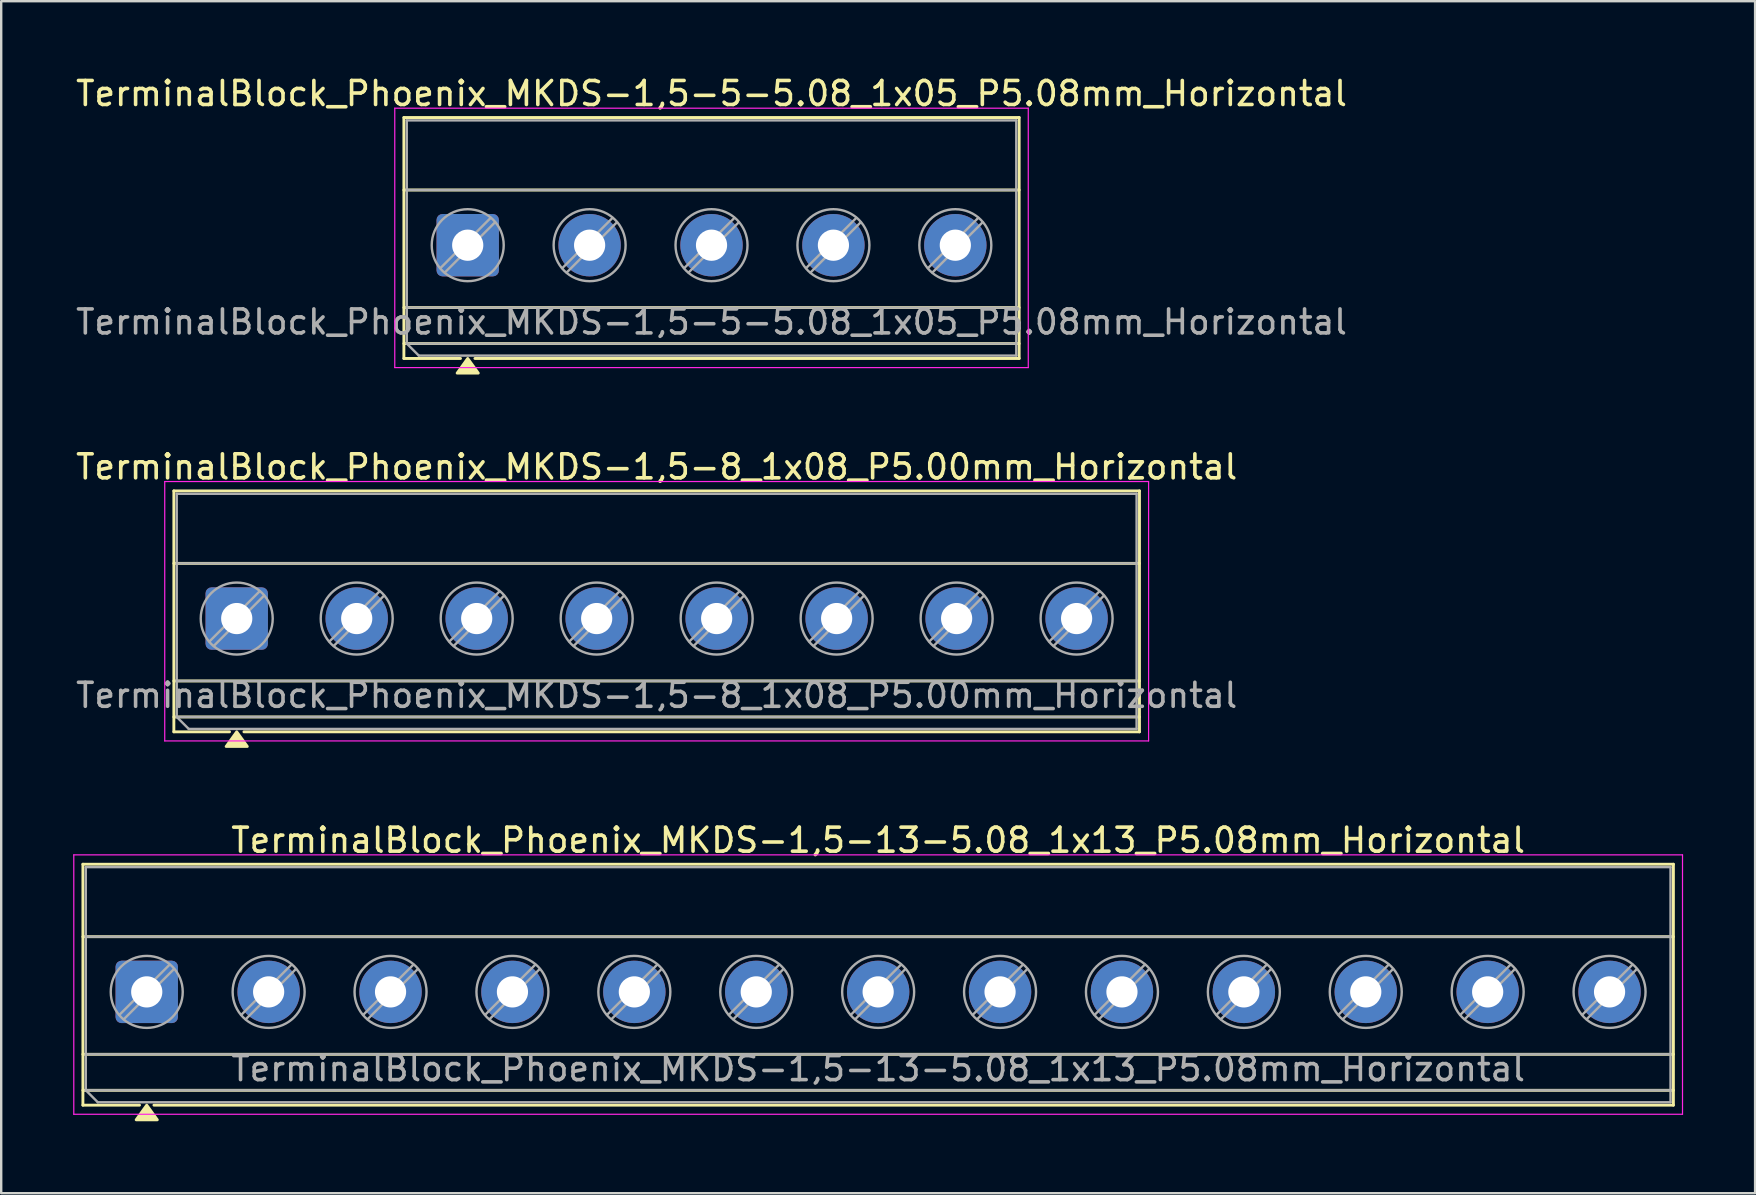
<source format=kicad_pcb>
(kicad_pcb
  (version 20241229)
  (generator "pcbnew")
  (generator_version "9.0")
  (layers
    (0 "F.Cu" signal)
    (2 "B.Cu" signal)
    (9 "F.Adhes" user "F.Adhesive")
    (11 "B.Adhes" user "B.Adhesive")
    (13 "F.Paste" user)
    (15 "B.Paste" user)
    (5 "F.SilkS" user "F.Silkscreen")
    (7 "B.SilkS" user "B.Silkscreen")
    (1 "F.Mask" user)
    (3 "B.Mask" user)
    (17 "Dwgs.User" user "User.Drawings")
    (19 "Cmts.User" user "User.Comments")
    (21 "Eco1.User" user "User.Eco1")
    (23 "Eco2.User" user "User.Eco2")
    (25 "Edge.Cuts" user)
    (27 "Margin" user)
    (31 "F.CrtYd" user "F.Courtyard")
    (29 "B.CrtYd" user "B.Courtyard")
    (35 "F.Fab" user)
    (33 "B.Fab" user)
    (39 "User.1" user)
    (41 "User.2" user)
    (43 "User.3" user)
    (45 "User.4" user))
  (footprint "TerminalBlock_Phoenix_MKDS-1,5-8_1x08_P5.00mm_Horizontal"
    (layer "F.Cu")
    (at 6.815 22.727)
    (property "Reference" "TerminalBlock_Phoenix_MKDS-1,5-8_1x08_P5.00mm_Horizontal" (at 17.5 -6.32 0) (layer "F.SilkS") (effects (font (size 1 1) (thickness 0.15))))
    (attr through_hole)
    (fp_line (start -2.62 -5.32) (end -2.62 4.72) (stroke (width 0.12) (type solid)) (layer "F.SilkS"))
    (fp_line (start -2.62 -5.32) (end 37.62 -5.32) (stroke (width 0.12) (type solid)) (layer "F.SilkS"))
    (fp_line (start -2.62 -2.3) (end 37.62 -2.3) (stroke (width 0.12) (type solid)) (layer "F.SilkS"))
    (fp_line (start -2.62 2.6) (end 37.62 2.6) (stroke (width 0.12) (type solid)) (layer "F.SilkS"))
    (fp_line (start -2.62 4.1) (end 37.62 4.1) (stroke (width 0.12) (type solid)) (layer "F.SilkS"))
    (fp_line (start -2.62 4.72) (end -0.3 4.72) (stroke (width 0.12) (type solid)) (layer "F.SilkS"))
    (fp_line (start 0.3 4.72) (end 37.62 4.72) (stroke (width 0.12) (type solid)) (layer "F.SilkS"))
    (fp_line (start 37.62 -5.32) (end 37.62 4.72) (stroke (width 0.12) (type solid)) (layer "F.SilkS"))
    (fp_poly (pts (xy 0 4.72) (xy 0.44 5.33) (xy -0.44 5.33)) (stroke (width 0.12) (type solid)) (fill yes) (layer "F.SilkS"))
    (fp_line (start -3 -5.71) (end -3 5.1) (stroke (width 0.05) (type solid)) (layer "F.CrtYd"))
    (fp_line (start -3 5.1) (end 38 5.1) (stroke (width 0.05) (type solid)) (layer "F.CrtYd"))
    (fp_line (start 38 -5.71) (end -3 -5.71) (stroke (width 0.05) (type solid)) (layer "F.CrtYd"))
    (fp_line (start 38 5.1) (end 38 -5.71) (stroke (width 0.05) (type solid)) (layer "F.CrtYd"))
    (fp_line (start -2.5 -5.2) (end 37.5 -5.2) (stroke (width 0.1) (type solid)) (layer "F.Fab"))
    (fp_line (start -2.5 -2.3) (end 37.5 -2.3) (stroke (width 0.1) (type solid)) (layer "F.Fab"))
    (fp_line (start -2.5 2.6) (end 37.5 2.6) (stroke (width 0.1) (type solid)) (layer "F.Fab"))
    (fp_line (start -2.5 4.1) (end -2.5 -5.2) (stroke (width 0.1) (type solid)) (layer "F.Fab"))
    (fp_line (start -2.5 4.1) (end 37.5 4.1) (stroke (width 0.1) (type solid)) (layer "F.Fab"))
    (fp_line (start -2 4.6) (end -2.5 4.1) (stroke (width 0.1) (type solid)) (layer "F.Fab"))
    (fp_line (start 0.955 -1.138) (end -1.138 0.955) (stroke (width 0.1) (type solid)) (layer "F.Fab"))
    (fp_line (start 1.138 -0.955) (end -0.955 1.138) (stroke (width 0.1) (type solid)) (layer "F.Fab"))
    (fp_line (start 5.955 -1.138) (end 3.862 0.955) (stroke (width 0.1) (type solid)) (layer "F.Fab"))
    (fp_line (start 6.138 -0.955) (end 4.045 1.138) (stroke (width 0.1) (type solid)) (layer "F.Fab"))
    (fp_line (start 10.955 -1.138) (end 8.862 0.955) (stroke (width 0.1) (type solid)) (layer "F.Fab"))
    (fp_line (start 11.138 -0.955) (end 9.045 1.138) (stroke (width 0.1) (type solid)) (layer "F.Fab"))
    (fp_line (start 15.955 -1.138) (end 13.862 0.955) (stroke (width 0.1) (type solid)) (layer "F.Fab"))
    (fp_line (start 16.138 -0.955) (end 14.045 1.138) (stroke (width 0.1) (type solid)) (layer "F.Fab"))
    (fp_line (start 20.955 -1.138) (end 18.862 0.955) (stroke (width 0.1) (type solid)) (layer "F.Fab"))
    (fp_line (start 21.138 -0.955) (end 19.045 1.138) (stroke (width 0.1) (type solid)) (layer "F.Fab"))
    (fp_line (start 25.955 -1.138) (end 23.862 0.955) (stroke (width 0.1) (type solid)) (layer "F.Fab"))
    (fp_line (start 26.138 -0.955) (end 24.045 1.138) (stroke (width 0.1) (type solid)) (layer "F.Fab"))
    (fp_line (start 30.955 -1.138) (end 28.862 0.955) (stroke (width 0.1) (type solid)) (layer "F.Fab"))
    (fp_line (start 31.138 -0.955) (end 29.045 1.138) (stroke (width 0.1) (type solid)) (layer "F.Fab"))
    (fp_line (start 35.955 -1.138) (end 33.862 0.955) (stroke (width 0.1) (type solid)) (layer "F.Fab"))
    (fp_line (start 36.138 -0.955) (end 34.045 1.138) (stroke (width 0.1) (type solid)) (layer "F.Fab"))
    (fp_line (start 37.5 -5.2) (end 37.5 4.6) (stroke (width 0.1) (type solid)) (layer "F.Fab"))
    (fp_line (start 37.5 4.6) (end -2 4.6) (stroke (width 0.1) (type solid)) (layer "F.Fab"))
    (fp_circle (center 0 0) (end 1.5 0) (stroke (width 0.1) (type solid)) (fill no) (layer "F.Fab"))
    (fp_circle (center 5 0) (end 6.5 0) (stroke (width 0.1) (type solid)) (fill no) (layer "F.Fab"))
    (fp_circle (center 10 0) (end 11.5 0) (stroke (width 0.1) (type solid)) (fill no) (layer "F.Fab"))
    (fp_circle (center 15 0) (end 16.5 0) (stroke (width 0.1) (type solid)) (fill no) (layer "F.Fab"))
    (fp_circle (center 20 0) (end 21.5 0) (stroke (width 0.1) (type solid)) (fill no) (layer "F.Fab"))
    (fp_circle (center 25 0) (end 26.5 0) (stroke (width 0.1) (type solid)) (fill no) (layer "F.Fab"))
    (fp_circle (center 30 0) (end 31.5 0) (stroke (width 0.1) (type solid)) (fill no) (layer "F.Fab"))
    (fp_circle (center 35 0) (end 36.5 0) (stroke (width 0.1) (type solid)) (fill no) (layer "F.Fab"))
    (fp_text user "${REFERENCE}" (at 17.5 3.2 0) (layer "F.Fab") (effects (font (size 1 1) (thickness 0.15))))
    (pad "1" thru_hole roundrect (at 0 0) (size 2.6 2.6) (drill 1.3) (layers "*.Cu" "*.Mask") (roundrect_rratio 0.096))
    (pad "2" thru_hole circle (at 5 0) (size 2.6 2.6) (drill 1.3) (layers "*.Cu" "*.Mask"))
    (pad "3" thru_hole circle (at 10 0) (size 2.6 2.6) (drill 1.3) (layers "*.Cu" "*.Mask"))
    (pad "4" thru_hole circle (at 15 0) (size 2.6 2.6) (drill 1.3) (layers "*.Cu" "*.Mask"))
    (pad "5" thru_hole circle (at 20 0) (size 2.6 2.6) (drill 1.3) (layers "*.Cu" "*.Mask"))
    (pad "6" thru_hole circle (at 25 0) (size 2.6 2.6) (drill 1.3) (layers "*.Cu" "*.Mask"))
    (pad "7" thru_hole circle (at 30 0) (size 2.6 2.6) (drill 1.3) (layers "*.Cu" "*.Mask"))
    (pad "8" thru_hole circle (at 35 0) (size 2.6 2.6) (drill 1.3) (layers "*.Cu" "*.Mask")))
  (footprint "TerminalBlock_Phoenix_MKDS-1,5-13-5.08_1x13_P5.08mm_Horizontal"
    (layer "F.Cu")
    (at 3.065 38.285)
    (property "Reference" "TerminalBlock_Phoenix_MKDS-1,5-13-5.08_1x13_P5.08mm_Horizontal" (at 30.48 -6.32 0) (layer "F.SilkS") (effects (font (size 1 1) (thickness 0.15))))
    (attr through_hole)
    (fp_line (start -2.66 -5.32) (end -2.66 4.72) (stroke (width 0.12) (type solid)) (layer "F.SilkS"))
    (fp_line (start -2.66 -5.32) (end 63.62 -5.32) (stroke (width 0.12) (type solid)) (layer "F.SilkS"))
    (fp_line (start -2.66 -2.3) (end 63.62 -2.3) (stroke (width 0.12) (type solid)) (layer "F.SilkS"))
    (fp_line (start -2.66 2.6) (end 63.62 2.6) (stroke (width 0.12) (type solid)) (layer "F.SilkS"))
    (fp_line (start -2.66 4.1) (end 63.62 4.1) (stroke (width 0.12) (type solid)) (layer "F.SilkS"))
    (fp_line (start -2.66 4.72) (end -0.3 4.72) (stroke (width 0.12) (type solid)) (layer "F.SilkS"))
    (fp_line (start 0.3 4.72) (end 63.62 4.72) (stroke (width 0.12) (type solid)) (layer "F.SilkS"))
    (fp_line (start 63.62 -5.32) (end 63.62 4.72) (stroke (width 0.12) (type solid)) (layer "F.SilkS"))
    (fp_poly (pts (xy 0 4.72) (xy 0.44 5.33) (xy -0.44 5.33)) (stroke (width 0.12) (type solid)) (fill yes) (layer "F.SilkS"))
    (fp_line (start -3.04 -5.71) (end -3.04 5.1) (stroke (width 0.05) (type solid)) (layer "F.CrtYd"))
    (fp_line (start -3.04 5.1) (end 64 5.1) (stroke (width 0.05) (type solid)) (layer "F.CrtYd"))
    (fp_line (start 64 -5.71) (end -3.04 -5.71) (stroke (width 0.05) (type solid)) (layer "F.CrtYd"))
    (fp_line (start 64 5.1) (end 64 -5.71) (stroke (width 0.05) (type solid)) (layer "F.CrtYd"))
    (fp_line (start -2.54 -5.2) (end 63.5 -5.2) (stroke (width 0.1) (type solid)) (layer "F.Fab"))
    (fp_line (start -2.54 -2.3) (end 63.5 -2.3) (stroke (width 0.1) (type solid)) (layer "F.Fab"))
    (fp_line (start -2.54 2.6) (end 63.5 2.6) (stroke (width 0.1) (type solid)) (layer "F.Fab"))
    (fp_line (start -2.54 4.1) (end -2.54 -5.2) (stroke (width 0.1) (type solid)) (layer "F.Fab"))
    (fp_line (start -2.54 4.1) (end 63.5 4.1) (stroke (width 0.1) (type solid)) (layer "F.Fab"))
    (fp_line (start -2.04 4.6) (end -2.54 4.1) (stroke (width 0.1) (type solid)) (layer "F.Fab"))
    (fp_line (start 0.955 -1.138) (end -1.138 0.955) (stroke (width 0.1) (type solid)) (layer "F.Fab"))
    (fp_line (start 1.138 -0.955) (end -0.955 1.138) (stroke (width 0.1) (type solid)) (layer "F.Fab"))
    (fp_line (start 6.035 -1.138) (end 3.942 0.955) (stroke (width 0.1) (type solid)) (layer "F.Fab"))
    (fp_line (start 6.218 -0.955) (end 4.125 1.138) (stroke (width 0.1) (type solid)) (layer "F.Fab"))
    (fp_line (start 11.115 -1.138) (end 9.022 0.955) (stroke (width 0.1) (type solid)) (layer "F.Fab"))
    (fp_line (start 11.298 -0.955) (end 9.205 1.138) (stroke (width 0.1) (type solid)) (layer "F.Fab"))
    (fp_line (start 16.195 -1.138) (end 14.102 0.955) (stroke (width 0.1) (type solid)) (layer "F.Fab"))
    (fp_line (start 16.378 -0.955) (end 14.285 1.138) (stroke (width 0.1) (type solid)) (layer "F.Fab"))
    (fp_line (start 21.275 -1.138) (end 19.182 0.955) (stroke (width 0.1) (type solid)) (layer "F.Fab"))
    (fp_line (start 21.458 -0.955) (end 19.365 1.138) (stroke (width 0.1) (type solid)) (layer "F.Fab"))
    (fp_line (start 26.355 -1.138) (end 24.262 0.955) (stroke (width 0.1) (type solid)) (layer "F.Fab"))
    (fp_line (start 26.538 -0.955) (end 24.445 1.138) (stroke (width 0.1) (type solid)) (layer "F.Fab"))
    (fp_line (start 31.435 -1.138) (end 29.342 0.955) (stroke (width 0.1) (type solid)) (layer "F.Fab"))
    (fp_line (start 31.618 -0.955) (end 29.525 1.138) (stroke (width 0.1) (type solid)) (layer "F.Fab"))
    (fp_line (start 36.515 -1.138) (end 34.422 0.955) (stroke (width 0.1) (type solid)) (layer "F.Fab"))
    (fp_line (start 36.698 -0.955) (end 34.605 1.138) (stroke (width 0.1) (type solid)) (layer "F.Fab"))
    (fp_line (start 41.595 -1.138) (end 39.502 0.955) (stroke (width 0.1) (type solid)) (layer "F.Fab"))
    (fp_line (start 41.778 -0.955) (end 39.685 1.138) (stroke (width 0.1) (type solid)) (layer "F.Fab"))
    (fp_line (start 46.675 -1.138) (end 44.582 0.955) (stroke (width 0.1) (type solid)) (layer "F.Fab"))
    (fp_line (start 46.858 -0.955) (end 44.765 1.138) (stroke (width 0.1) (type solid)) (layer "F.Fab"))
    (fp_line (start 51.755 -1.138) (end 49.662 0.955) (stroke (width 0.1) (type solid)) (layer "F.Fab"))
    (fp_line (start 51.938 -0.955) (end 49.845 1.138) (stroke (width 0.1) (type solid)) (layer "F.Fab"))
    (fp_line (start 56.835 -1.138) (end 54.742 0.955) (stroke (width 0.1) (type solid)) (layer "F.Fab"))
    (fp_line (start 57.018 -0.955) (end 54.925 1.138) (stroke (width 0.1) (type solid)) (layer "F.Fab"))
    (fp_line (start 61.915 -1.138) (end 59.822 0.955) (stroke (width 0.1) (type solid)) (layer "F.Fab"))
    (fp_line (start 62.098 -0.955) (end 60.005 1.138) (stroke (width 0.1) (type solid)) (layer "F.Fab"))
    (fp_line (start 63.5 -5.2) (end 63.5 4.6) (stroke (width 0.1) (type solid)) (layer "F.Fab"))
    (fp_line (start 63.5 4.6) (end -2.04 4.6) (stroke (width 0.1) (type solid)) (layer "F.Fab"))
    (fp_circle (center 0 0) (end 1.5 0) (stroke (width 0.1) (type solid)) (fill no) (layer "F.Fab"))
    (fp_circle (center 5.08 0) (end 6.58 0) (stroke (width 0.1) (type solid)) (fill no) (layer "F.Fab"))
    (fp_circle (center 10.16 0) (end 11.66 0) (stroke (width 0.1) (type solid)) (fill no) (layer "F.Fab"))
    (fp_circle (center 15.24 0) (end 16.74 0) (stroke (width 0.1) (type solid)) (fill no) (layer "F.Fab"))
    (fp_circle (center 20.32 0) (end 21.82 0) (stroke (width 0.1) (type solid)) (fill no) (layer "F.Fab"))
    (fp_circle (center 25.4 0) (end 26.9 0) (stroke (width 0.1) (type solid)) (fill no) (layer "F.Fab"))
    (fp_circle (center 30.48 0) (end 31.98 0) (stroke (width 0.1) (type solid)) (fill no) (layer "F.Fab"))
    (fp_circle (center 35.56 0) (end 37.06 0) (stroke (width 0.1) (type solid)) (fill no) (layer "F.Fab"))
    (fp_circle (center 40.64 0) (end 42.14 0) (stroke (width 0.1) (type solid)) (fill no) (layer "F.Fab"))
    (fp_circle (center 45.72 0) (end 47.22 0) (stroke (width 0.1) (type solid)) (fill no) (layer "F.Fab"))
    (fp_circle (center 50.8 0) (end 52.3 0) (stroke (width 0.1) (type solid)) (fill no) (layer "F.Fab"))
    (fp_circle (center 55.88 0) (end 57.38 0) (stroke (width 0.1) (type solid)) (fill no) (layer "F.Fab"))
    (fp_circle (center 60.96 0) (end 62.46 0) (stroke (width 0.1) (type solid)) (fill no) (layer "F.Fab"))
    (fp_text user "${REFERENCE}" (at 30.48 3.2 0) (layer "F.Fab") (effects (font (size 1 1) (thickness 0.15))))
    (pad "1" thru_hole roundrect (at 0 0) (size 2.6 2.6) (drill 1.3) (layers "*.Cu" "*.Mask") (roundrect_rratio 0.096))
    (pad "2" thru_hole circle (at 5.08 0) (size 2.6 2.6) (drill 1.3) (layers "*.Cu" "*.Mask"))
    (pad "3" thru_hole circle (at 10.16 0) (size 2.6 2.6) (drill 1.3) (layers "*.Cu" "*.Mask"))
    (pad "4" thru_hole circle (at 15.24 0) (size 2.6 2.6) (drill 1.3) (layers "*.Cu" "*.Mask"))
    (pad "5" thru_hole circle (at 20.32 0) (size 2.6 2.6) (drill 1.3) (layers "*.Cu" "*.Mask"))
    (pad "6" thru_hole circle (at 25.4 0) (size 2.6 2.6) (drill 1.3) (layers "*.Cu" "*.Mask"))
    (pad "7" thru_hole circle (at 30.48 0) (size 2.6 2.6) (drill 1.3) (layers "*.Cu" "*.Mask"))
    (pad "8" thru_hole circle (at 35.56 0) (size 2.6 2.6) (drill 1.3) (layers "*.Cu" "*.Mask"))
    (pad "9" thru_hole circle (at 40.64 0) (size 2.6 2.6) (drill 1.3) (layers "*.Cu" "*.Mask"))
    (pad "10" thru_hole circle (at 45.72 0) (size 2.6 2.6) (drill 1.3) (layers "*.Cu" "*.Mask"))
    (pad "11" thru_hole circle (at 50.8 0) (size 2.6 2.6) (drill 1.3) (layers "*.Cu" "*.Mask"))
    (pad "12" thru_hole circle (at 55.88 0) (size 2.6 2.6) (drill 1.3) (layers "*.Cu" "*.Mask"))
    (pad "13" thru_hole circle (at 60.96 0) (size 2.6 2.6) (drill 1.3) (layers "*.Cu" "*.Mask")))
  (footprint "TerminalBlock_Phoenix_MKDS-1,5-5-5.08_1x05_P5.08mm_Horizontal"
    (layer "F.Cu")
    (at 16.441 7.168)
    (property "Reference" "TerminalBlock_Phoenix_MKDS-1,5-5-5.08_1x05_P5.08mm_Horizontal" (at 10.16 -6.32 0) (layer "F.SilkS") (effects (font (size 1 1) (thickness 0.15))))
    (attr through_hole)
    (fp_line (start -2.66 -5.32) (end -2.66 4.72) (stroke (width 0.12) (type solid)) (layer "F.SilkS"))
    (fp_line (start -2.66 -5.32) (end 22.98 -5.32) (stroke (width 0.12) (type solid)) (layer "F.SilkS"))
    (fp_line (start -2.66 -2.3) (end 22.98 -2.3) (stroke (width 0.12) (type solid)) (layer "F.SilkS"))
    (fp_line (start -2.66 2.6) (end 22.98 2.6) (stroke (width 0.12) (type solid)) (layer "F.SilkS"))
    (fp_line (start -2.66 4.1) (end 22.98 4.1) (stroke (width 0.12) (type solid)) (layer "F.SilkS"))
    (fp_line (start -2.66 4.72) (end -0.3 4.72) (stroke (width 0.12) (type solid)) (layer "F.SilkS"))
    (fp_line (start 0.3 4.72) (end 22.98 4.72) (stroke (width 0.12) (type solid)) (layer "F.SilkS"))
    (fp_line (start 22.98 -5.32) (end 22.98 4.72) (stroke (width 0.12) (type solid)) (layer "F.SilkS"))
    (fp_poly (pts (xy 0 4.72) (xy 0.44 5.33) (xy -0.44 5.33)) (stroke (width 0.12) (type solid)) (fill yes) (layer "F.SilkS"))
    (fp_line (start -3.04 -5.71) (end -3.04 5.1) (stroke (width 0.05) (type solid)) (layer "F.CrtYd"))
    (fp_line (start -3.04 5.1) (end 23.36 5.1) (stroke (width 0.05) (type solid)) (layer "F.CrtYd"))
    (fp_line (start 23.36 -5.71) (end -3.04 -5.71) (stroke (width 0.05) (type solid)) (layer "F.CrtYd"))
    (fp_line (start 23.36 5.1) (end 23.36 -5.71) (stroke (width 0.05) (type solid)) (layer "F.CrtYd"))
    (fp_line (start -2.54 -5.2) (end 22.86 -5.2) (stroke (width 0.1) (type solid)) (layer "F.Fab"))
    (fp_line (start -2.54 -2.3) (end 22.86 -2.3) (stroke (width 0.1) (type solid)) (layer "F.Fab"))
    (fp_line (start -2.54 2.6) (end 22.86 2.6) (stroke (width 0.1) (type solid)) (layer "F.Fab"))
    (fp_line (start -2.54 4.1) (end -2.54 -5.2) (stroke (width 0.1) (type solid)) (layer "F.Fab"))
    (fp_line (start -2.54 4.1) (end 22.86 4.1) (stroke (width 0.1) (type solid)) (layer "F.Fab"))
    (fp_line (start -2.04 4.6) (end -2.54 4.1) (stroke (width 0.1) (type solid)) (layer "F.Fab"))
    (fp_line (start 0.955 -1.138) (end -1.138 0.955) (stroke (width 0.1) (type solid)) (layer "F.Fab"))
    (fp_line (start 1.138 -0.955) (end -0.955 1.138) (stroke (width 0.1) (type solid)) (layer "F.Fab"))
    (fp_line (start 6.035 -1.138) (end 3.942 0.955) (stroke (width 0.1) (type solid)) (layer "F.Fab"))
    (fp_line (start 6.218 -0.955) (end 4.125 1.138) (stroke (width 0.1) (type solid)) (layer "F.Fab"))
    (fp_line (start 11.115 -1.138) (end 9.022 0.955) (stroke (width 0.1) (type solid)) (layer "F.Fab"))
    (fp_line (start 11.298 -0.955) (end 9.205 1.138) (stroke (width 0.1) (type solid)) (layer "F.Fab"))
    (fp_line (start 16.195 -1.138) (end 14.102 0.955) (stroke (width 0.1) (type solid)) (layer "F.Fab"))
    (fp_line (start 16.378 -0.955) (end 14.285 1.138) (stroke (width 0.1) (type solid)) (layer "F.Fab"))
    (fp_line (start 21.275 -1.138) (end 19.182 0.955) (stroke (width 0.1) (type solid)) (layer "F.Fab"))
    (fp_line (start 21.458 -0.955) (end 19.365 1.138) (stroke (width 0.1) (type solid)) (layer "F.Fab"))
    (fp_line (start 22.86 -5.2) (end 22.86 4.6) (stroke (width 0.1) (type solid)) (layer "F.Fab"))
    (fp_line (start 22.86 4.6) (end -2.04 4.6) (stroke (width 0.1) (type solid)) (layer "F.Fab"))
    (fp_circle (center 0 0) (end 1.5 0) (stroke (width 0.1) (type solid)) (fill no) (layer "F.Fab"))
    (fp_circle (center 5.08 0) (end 6.58 0) (stroke (width 0.1) (type solid)) (fill no) (layer "F.Fab"))
    (fp_circle (center 10.16 0) (end 11.66 0) (stroke (width 0.1) (type solid)) (fill no) (layer "F.Fab"))
    (fp_circle (center 15.24 0) (end 16.74 0) (stroke (width 0.1) (type solid)) (fill no) (layer "F.Fab"))
    (fp_circle (center 20.32 0) (end 21.82 0) (stroke (width 0.1) (type solid)) (fill no) (layer "F.Fab"))
    (fp_text user "${REFERENCE}" (at 10.16 3.2 0) (layer "F.Fab") (effects (font (size 1 1) (thickness 0.15))))
    (pad "1" thru_hole roundrect (at 0 0) (size 2.6 2.6) (drill 1.3) (layers "*.Cu" "*.Mask") (roundrect_rratio 0.096))
    (pad "2" thru_hole circle (at 5.08 0) (size 2.6 2.6) (drill 1.3) (layers "*.Cu" "*.Mask"))
    (pad "3" thru_hole circle (at 10.16 0) (size 2.6 2.6) (drill 1.3) (layers "*.Cu" "*.Mask"))
    (pad "4" thru_hole circle (at 15.24 0) (size 2.6 2.6) (drill 1.3) (layers "*.Cu" "*.Mask"))
    (pad "5" thru_hole circle (at 20.32 0) (size 2.6 2.6) (drill 1.3) (layers "*.Cu" "*.Mask")))
  (gr_rect
    (start -3 -3)
    (end 70.09 46.675)
    (stroke (width 0.1) (type default))
    (fill no)
    (layer "Edge.Cuts")))
</source>
